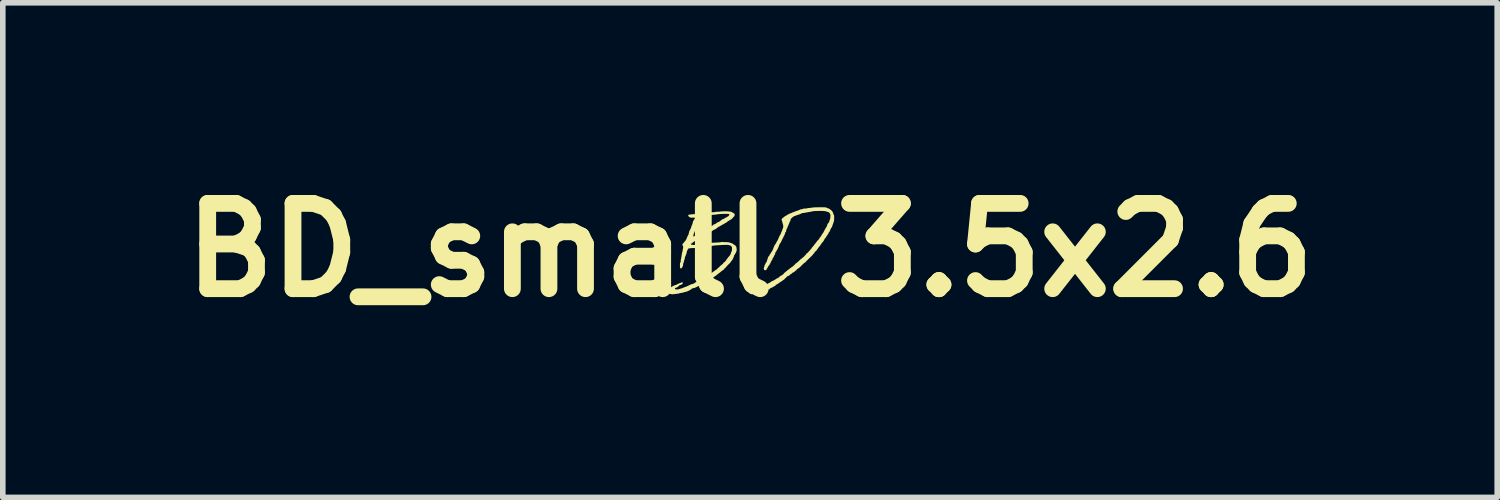
<source format=kicad_pcb>
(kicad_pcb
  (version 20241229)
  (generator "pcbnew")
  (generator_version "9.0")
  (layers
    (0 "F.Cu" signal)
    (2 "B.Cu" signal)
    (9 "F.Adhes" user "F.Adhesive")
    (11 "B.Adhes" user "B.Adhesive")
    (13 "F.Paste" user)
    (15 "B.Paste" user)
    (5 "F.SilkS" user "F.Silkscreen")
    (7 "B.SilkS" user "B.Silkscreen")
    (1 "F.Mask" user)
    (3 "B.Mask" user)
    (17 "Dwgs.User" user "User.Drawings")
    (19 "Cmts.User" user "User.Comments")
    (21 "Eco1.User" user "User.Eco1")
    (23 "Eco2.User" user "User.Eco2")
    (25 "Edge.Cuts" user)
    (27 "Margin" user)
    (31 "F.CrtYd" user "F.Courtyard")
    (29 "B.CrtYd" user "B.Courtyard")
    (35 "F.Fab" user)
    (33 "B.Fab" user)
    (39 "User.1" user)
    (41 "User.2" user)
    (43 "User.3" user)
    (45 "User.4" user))
  (footprint "BD_small 3.5x2.6"
    (layer "F.Cu")
    (at 10.349 1.418)
    (property "Reference" "BD_small 3.5x2.6" (at 0 0 0) (layer "F.SilkS") (effects (font (size 1.524 1.524) (thickness 0.3))))
    (attr board_only exclude_from_pos_files exclude_from_bom)
    (fp_poly (pts (xy 0.674 -0.398) (xy 0.672 -0.396) (xy 0.669 -0.398) (xy 0.672 -0.4)) (stroke (width 0) (type solid)) (fill yes) (layer "F.SilkS"))
    (fp_poly (pts (xy 1.306 -0.765) (xy 1.326 -0.765) (xy 1.341 -0.764) (xy 1.351 -0.763) (xy 1.358 -0.762) (xy 1.363 -0.761) (xy 1.366 -0.758) (xy 1.366 -0.758) (xy 1.375 -0.753) (xy 1.388 -0.748) (xy 1.391 -0.748) (xy 1.405 -0.743) (xy 1.421 -0.734) (xy 1.436 -0.724) (xy 1.448 -0.714) (xy 1.45 -0.711) (xy 1.458 -0.704) (xy 1.462 -0.701) (xy 1.469 -0.695) (xy 1.47 -0.691) (xy 1.473 -0.683) (xy 1.478 -0.676) (xy 1.485 -0.665) (xy 1.486 -0.655) (xy 1.487 -0.646) (xy 1.489 -0.641) (xy 1.49 -0.641) (xy 1.493 -0.637) (xy 1.498 -0.629) (xy 1.499 -0.626) (xy 1.502 -0.615) (xy 1.503 -0.6) (xy 1.503 -0.581) (xy 1.503 -0.561) (xy 1.502 -0.541) (xy 1.5 -0.524) (xy 1.498 -0.511) (xy 1.495 -0.505) (xy 1.491 -0.497) (xy 1.49 -0.492) (xy 1.488 -0.483) (xy 1.484 -0.471) (xy 1.482 -0.467) (xy 1.477 -0.453) (xy 1.471 -0.437) (xy 1.469 -0.43) (xy 1.466 -0.418) (xy 1.463 -0.41) (xy 1.461 -0.408) (xy 1.457 -0.405) (xy 1.451 -0.396) (xy 1.444 -0.385) (xy 1.438 -0.372) (xy 1.433 -0.362) (xy 1.432 -0.355) (xy 1.43 -0.346) (xy 1.428 -0.341) (xy 1.416 -0.327) (xy 1.409 -0.317) (xy 1.405 -0.309) (xy 1.402 -0.303) (xy 1.402 -0.302) (xy 1.398 -0.292) (xy 1.39 -0.28) (xy 1.388 -0.277) (xy 1.38 -0.268) (xy 1.376 -0.26) (xy 1.376 -0.258) (xy 1.374 -0.254) (xy 1.372 -0.253) (xy 1.368 -0.25) (xy 1.364 -0.242) (xy 1.364 -0.241) (xy 1.357 -0.229) (xy 1.348 -0.218) (xy 1.348 -0.217) (xy 1.34 -0.209) (xy 1.333 -0.2) (xy 1.327 -0.188) (xy 1.318 -0.172) (xy 1.317 -0.169) (xy 1.308 -0.155) (xy 1.298 -0.142) (xy 1.292 -0.137) (xy 1.284 -0.128) (xy 1.279 -0.122) (xy 1.278 -0.12) (xy 1.275 -0.114) (xy 1.269 -0.105) (xy 1.268 -0.104) (xy 1.261 -0.095) (xy 1.257 -0.088) (xy 1.257 -0.087) (xy 1.254 -0.081) (xy 1.248 -0.075) (xy 1.24 -0.067) (xy 1.231 -0.056) (xy 1.228 -0.051) (xy 1.219 -0.039) (xy 1.209 -0.024) (xy 1.198 -0.009) (xy 1.198 -0.008) (xy 1.188 0.004) (xy 1.18 0.014) (xy 1.175 0.018) (xy 1.175 0.018) (xy 1.169 0.021) (xy 1.163 0.029) (xy 1.162 0.031) (xy 1.152 0.044) (xy 1.14 0.06) (xy 1.126 0.077) (xy 1.114 0.092) (xy 1.111 0.095) (xy 1.105 0.101) (xy 1.098 0.108) (xy 1.088 0.118) (xy 1.074 0.131) (xy 1.056 0.148) (xy 1.047 0.158) (xy 1.04 0.163) (xy 1.035 0.164) (xy 1.035 0.164) (xy 1.033 0.166) (xy 1.033 0.171) (xy 1.03 0.178) (xy 1.025 0.18) (xy 1.018 0.182) (xy 1.016 0.185) (xy 1.013 0.191) (xy 1.006 0.198) (xy 0.999 0.204) (xy 0.996 0.21) (xy 0.993 0.216) (xy 0.991 0.216) (xy 0.984 0.219) (xy 0.978 0.224) (xy 0.97 0.231) (xy 0.965 0.233) (xy 0.96 0.235) (xy 0.959 0.237) (xy 0.956 0.242) (xy 0.949 0.25) (xy 0.941 0.257) (xy 0.933 0.261) (xy 0.932 0.261) (xy 0.928 0.263) (xy 0.928 0.264) (xy 0.925 0.27) (xy 0.918 0.279) (xy 0.907 0.29) (xy 0.893 0.303) (xy 0.879 0.315) (xy 0.864 0.326) (xy 0.852 0.335) (xy 0.842 0.34) (xy 0.839 0.341) (xy 0.835 0.344) (xy 0.834 0.35) (xy 0.831 0.357) (xy 0.827 0.359) (xy 0.822 0.362) (xy 0.813 0.369) (xy 0.804 0.377) (xy 0.792 0.387) (xy 0.78 0.395) (xy 0.773 0.398) (xy 0.764 0.402) (xy 0.753 0.411) (xy 0.748 0.416) (xy 0.738 0.425) (xy 0.728 0.43) (xy 0.725 0.431) (xy 0.718 0.433) (xy 0.716 0.439) (xy 0.713 0.446) (xy 0.707 0.448) (xy 0.699 0.452) (xy 0.695 0.455) (xy 0.69 0.46) (xy 0.682 0.461) (xy 0.676 0.463) (xy 0.668 0.468) (xy 0.656 0.478) (xy 0.641 0.493) (xy 0.636 0.498) (xy 0.622 0.512) (xy 0.611 0.523) (xy 0.604 0.53) (xy 0.6 0.532) (xy 0.6 0.532) (xy 0.598 0.531) (xy 0.597 0.533) (xy 0.592 0.537) (xy 0.582 0.544) (xy 0.575 0.549) (xy 0.564 0.556) (xy 0.557 0.561) (xy 0.555 0.564) (xy 0.552 0.567) (xy 0.547 0.567) (xy 0.54 0.57) (xy 0.539 0.574) (xy 0.536 0.579) (xy 0.532 0.578) (xy 0.525 0.58) (xy 0.515 0.588) (xy 0.511 0.592) (xy 0.499 0.603) (xy 0.491 0.607) (xy 0.489 0.607) (xy 0.481 0.608) (xy 0.476 0.613) (xy 0.471 0.619) (xy 0.467 0.62) (xy 0.461 0.623) (xy 0.455 0.629) (xy 0.451 0.635) (xy 0.452 0.638) (xy 0.451 0.64) (xy 0.445 0.641) (xy 0.436 0.643) (xy 0.425 0.65) (xy 0.424 0.651) (xy 0.415 0.658) (xy 0.407 0.661) (xy 0.406 0.661) (xy 0.4 0.664) (xy 0.396 0.667) (xy 0.388 0.672) (xy 0.381 0.673) (xy 0.373 0.675) (xy 0.369 0.678) (xy 0.364 0.682) (xy 0.357 0.686) (xy 0.35 0.691) (xy 0.35 0.696) (xy 0.35 0.701) (xy 0.346 0.701) (xy 0.34 0.7) (xy 0.329 0.7) (xy 0.323 0.704) (xy 0.322 0.705) (xy 0.315 0.711) (xy 0.303 0.717) (xy 0.296 0.72) (xy 0.283 0.725) (xy 0.271 0.73) (xy 0.267 0.733) (xy 0.258 0.737) (xy 0.245 0.741) (xy 0.245 0.741) (xy 0.233 0.744) (xy 0.219 0.749) (xy 0.208 0.754) (xy 0.201 0.758) (xy 0.2 0.759) (xy 0.196 0.761) (xy 0.185 0.764) (xy 0.171 0.767) (xy 0.154 0.77) (xy 0.138 0.773) (xy 0.124 0.776) (xy 0.116 0.777) (xy 0.107 0.779) (xy 0.103 0.781) (xy 0.096 0.783) (xy 0.084 0.784) (xy 0.07 0.784) (xy 0.056 0.784) (xy 0.046 0.783) (xy 0.042 0.782) (xy 0.037 0.783) (xy 0.035 0.786) (xy 0.031 0.791) (xy 0.026 0.791) (xy 0.024 0.785) (xy 0.023 0.781) (xy 0.019 0.783) (xy 0.012 0.784) (xy 0.002 0.78) (xy -0.009 0.773) (xy -0.019 0.762) (xy -0.025 0.754) (xy -0.032 0.737) (xy -0.032 0.722) (xy -0.025 0.711) (xy -0.01 0.702) (xy 0.012 0.696) (xy 0.037 0.692) (xy 0.051 0.69) (xy 0.064 0.687) (xy 0.069 0.686) (xy 0.086 0.681) (xy 0.1 0.678) (xy 0.11 0.677) (xy 0.11 0.677) (xy 0.118 0.677) (xy 0.13 0.674) (xy 0.141 0.67) (xy 0.149 0.665) (xy 0.151 0.662) (xy 0.153 0.658) (xy 0.154 0.659) (xy 0.16 0.659) (xy 0.171 0.657) (xy 0.184 0.654) (xy 0.196 0.65) (xy 0.204 0.646) (xy 0.206 0.645) (xy 0.212 0.643) (xy 0.224 0.64) (xy 0.234 0.638) (xy 0.249 0.636) (xy 0.256 0.632) (xy 0.257 0.63) (xy 0.261 0.626) (xy 0.269 0.623) (xy 0.27 0.622) (xy 0.282 0.619) (xy 0.29 0.614) (xy 0.298 0.608) (xy 0.306 0.604) (xy 0.316 0.6) (xy 0.323 0.596) (xy 0.331 0.592) (xy 0.339 0.588) (xy 0.36 0.577) (xy 0.374 0.569) (xy 0.38 0.562) (xy 0.386 0.557) (xy 0.397 0.553) (xy 0.397 0.553) (xy 0.408 0.549) (xy 0.422 0.542) (xy 0.432 0.536) (xy 0.444 0.529) (xy 0.453 0.524) (xy 0.457 0.522) (xy 0.461 0.519) (xy 0.463 0.516) (xy 0.468 0.511) (xy 0.473 0.51) (xy 0.482 0.507) (xy 0.489 0.503) (xy 0.498 0.496) (xy 0.507 0.492) (xy 0.518 0.487) (xy 0.522 0.48) (xy 0.529 0.472) (xy 0.541 0.464) (xy 0.552 0.458) (xy 0.573 0.446) (xy 0.589 0.434) (xy 0.602 0.421) (xy 0.608 0.413) (xy 0.615 0.405) (xy 0.621 0.4) (xy 0.622 0.4) (xy 0.627 0.397) (xy 0.635 0.39) (xy 0.637 0.388) (xy 0.645 0.38) (xy 0.651 0.376) (xy 0.652 0.376) (xy 0.658 0.372) (xy 0.661 0.367) (xy 0.667 0.361) (xy 0.672 0.359) (xy 0.678 0.356) (xy 0.682 0.351) (xy 0.688 0.345) (xy 0.692 0.343) (xy 0.697 0.341) (xy 0.698 0.339) (xy 0.701 0.335) (xy 0.703 0.335) (xy 0.709 0.332) (xy 0.716 0.325) (xy 0.725 0.318) (xy 0.737 0.309) (xy 0.745 0.304) (xy 0.758 0.296) (xy 0.768 0.288) (xy 0.773 0.283) (xy 0.781 0.275) (xy 0.788 0.271) (xy 0.794 0.268) (xy 0.794 0.266) (xy 0.796 0.261) (xy 0.802 0.254) (xy 0.811 0.245) (xy 0.821 0.236) (xy 0.829 0.231) (xy 0.843 0.221) (xy 0.858 0.208) (xy 0.872 0.195) (xy 0.883 0.184) (xy 0.886 0.181) (xy 0.893 0.172) (xy 0.898 0.168) (xy 0.899 0.167) (xy 0.905 0.165) (xy 0.912 0.159) (xy 0.928 0.145) (xy 0.94 0.135) (xy 0.948 0.128) (xy 0.954 0.124) (xy 0.959 0.122) (xy 0.965 0.118) (xy 0.966 0.115) (xy 0.967 0.11) (xy 0.974 0.103) (xy 0.98 0.098) (xy 0.992 0.087) (xy 1.002 0.074) (xy 1.005 0.069) (xy 1.011 0.06) (xy 1.016 0.055) (xy 1.017 0.055) (xy 1.022 0.054) (xy 1.029 0.048) (xy 1.038 0.04) (xy 1.046 0.03) (xy 1.049 0.025) (xy 1.055 0.018) (xy 1.059 0.016) (xy 1.064 0.013) (xy 1.067 0.006) (xy 1.071 -0.002) (xy 1.076 -0.004) (xy 1.081 -0.007) (xy 1.082 -0.012) (xy 1.085 -0.019) (xy 1.09 -0.022) (xy 1.097 -0.027) (xy 1.098 -0.03) (xy 1.101 -0.036) (xy 1.107 -0.045) (xy 1.109 -0.048) (xy 1.121 -0.061) (xy 1.133 -0.075) (xy 1.143 -0.087) (xy 1.149 -0.096) (xy 1.151 -0.1) (xy 1.153 -0.103) (xy 1.157 -0.108) (xy 1.163 -0.116) (xy 1.174 -0.127) (xy 1.177 -0.131) (xy 1.184 -0.139) (xy 1.188 -0.146) (xy 1.188 -0.147) (xy 1.191 -0.152) (xy 1.198 -0.161) (xy 1.208 -0.171) (xy 1.209 -0.172) (xy 1.223 -0.187) (xy 1.233 -0.198) (xy 1.24 -0.209) (xy 1.245 -0.221) (xy 1.25 -0.229) (xy 1.256 -0.233) (xy 1.261 -0.236) (xy 1.264 -0.243) (xy 1.269 -0.253) (xy 1.274 -0.26) (xy 1.28 -0.268) (xy 1.282 -0.274) (xy 1.285 -0.282) (xy 1.29 -0.286) (xy 1.297 -0.292) (xy 1.298 -0.298) (xy 1.301 -0.306) (xy 1.306 -0.31) (xy 1.313 -0.317) (xy 1.314 -0.322) (xy 1.317 -0.329) (xy 1.322 -0.34) (xy 1.325 -0.344) (xy 1.331 -0.354) (xy 1.335 -0.363) (xy 1.335 -0.365) (xy 1.338 -0.371) (xy 1.341 -0.373) (xy 1.345 -0.378) (xy 1.349 -0.387) (xy 1.349 -0.387) (xy 1.354 -0.399) (xy 1.362 -0.41) (xy 1.364 -0.412) (xy 1.372 -0.423) (xy 1.376 -0.433) (xy 1.376 -0.434) (xy 1.377 -0.446) (xy 1.38 -0.455) (xy 1.383 -0.462) (xy 1.387 -0.469) (xy 1.394 -0.478) (xy 1.405 -0.49) (xy 1.414 -0.506) (xy 1.418 -0.521) (xy 1.421 -0.534) (xy 1.424 -0.543) (xy 1.426 -0.546) (xy 1.428 -0.55) (xy 1.43 -0.555) (xy 1.432 -0.564) (xy 1.433 -0.576) (xy 1.435 -0.596) (xy 1.435 -0.6) (xy 1.437 -0.617) (xy 1.436 -0.628) (xy 1.434 -0.638) (xy 1.428 -0.648) (xy 1.426 -0.653) (xy 1.418 -0.666) (xy 1.41 -0.674) (xy 1.406 -0.677) (xy 1.395 -0.679) (xy 1.39 -0.681) (xy 1.375 -0.687) (xy 1.36 -0.691) (xy 1.344 -0.695) (xy 1.325 -0.697) (xy 1.301 -0.699) (xy 1.272 -0.7) (xy 1.266 -0.7) (xy 1.237 -0.7) (xy 1.214 -0.7) (xy 1.198 -0.7) (xy 1.188 -0.699) (xy 1.186 -0.698) (xy 1.178 -0.696) (xy 1.169 -0.698) (xy 1.159 -0.7) (xy 1.154 -0.699) (xy 1.154 -0.699) (xy 1.149 -0.698) (xy 1.139 -0.695) (xy 1.128 -0.694) (xy 1.11 -0.691) (xy 1.092 -0.688) (xy 1.084 -0.686) (xy 1.07 -0.683) (xy 1.052 -0.68) (xy 1.032 -0.677) (xy 1.027 -0.676) (xy 1.007 -0.672) (xy 0.988 -0.669) (xy 0.973 -0.666) (xy 0.97 -0.665) (xy 0.958 -0.663) (xy 0.949 -0.663) (xy 0.947 -0.663) (xy 0.941 -0.663) (xy 0.931 -0.66) (xy 0.922 -0.656) (xy 0.899 -0.645) (xy 0.882 -0.638) (xy 0.871 -0.635) (xy 0.87 -0.634) (xy 0.86 -0.632) (xy 0.847 -0.627) (xy 0.832 -0.622) (xy 0.819 -0.617) (xy 0.812 -0.614) (xy 0.802 -0.61) (xy 0.788 -0.605) (xy 0.786 -0.604) (xy 0.773 -0.597) (xy 0.758 -0.585) (xy 0.746 -0.574) (xy 0.734 -0.562) (xy 0.727 -0.553) (xy 0.724 -0.546) (xy 0.724 -0.54) (xy 0.724 -0.538) (xy 0.725 -0.53) (xy 0.722 -0.527) (xy 0.719 -0.523) (xy 0.718 -0.521) (xy 0.716 -0.514) (xy 0.71 -0.507) (xy 0.704 -0.497) (xy 0.704 -0.49) (xy 0.705 -0.483) (xy 0.703 -0.482) (xy 0.699 -0.478) (xy 0.695 -0.47) (xy 0.692 -0.46) (xy 0.686 -0.447) (xy 0.683 -0.441) (xy 0.678 -0.43) (xy 0.674 -0.421) (xy 0.674 -0.418) (xy 0.672 -0.411) (xy 0.667 -0.401) (xy 0.665 -0.399) (xy 0.66 -0.388) (xy 0.657 -0.378) (xy 0.657 -0.377) (xy 0.655 -0.369) (xy 0.652 -0.367) (xy 0.647 -0.364) (xy 0.646 -0.358) (xy 0.645 -0.342) (xy 0.644 -0.331) (xy 0.641 -0.326) (xy 0.636 -0.324) (xy 0.636 -0.323) (xy 0.63 -0.318) (xy 0.629 -0.312) (xy 0.627 -0.301) (xy 0.625 -0.295) (xy 0.621 -0.287) (xy 0.617 -0.275) (xy 0.614 -0.268) (xy 0.61 -0.257) (xy 0.606 -0.25) (xy 0.604 -0.249) (xy 0.6 -0.246) (xy 0.6 -0.243) (xy 0.598 -0.235) (xy 0.594 -0.225) (xy 0.589 -0.216) (xy 0.585 -0.209) (xy 0.583 -0.208) (xy 0.58 -0.205) (xy 0.58 -0.201) (xy 0.577 -0.192) (xy 0.574 -0.188) (xy 0.569 -0.181) (xy 0.566 -0.171) (xy 0.561 -0.158) (xy 0.555 -0.148) (xy 0.549 -0.139) (xy 0.547 -0.132) (xy 0.547 -0.132) (xy 0.544 -0.126) (xy 0.537 -0.119) (xy 0.537 -0.119) (xy 0.53 -0.111) (xy 0.527 -0.103) (xy 0.525 -0.095) (xy 0.523 -0.092) (xy 0.52 -0.087) (xy 0.516 -0.077) (xy 0.515 -0.071) (xy 0.51 -0.057) (xy 0.504 -0.045) (xy 0.502 -0.042) (xy 0.496 -0.031) (xy 0.494 -0.022) (xy 0.491 -0.012) (xy 0.486 -0.007) (xy 0.479 -0.002) (xy 0.478 0.002) (xy 0.475 0.011) (xy 0.469 0.023) (xy 0.462 0.034) (xy 0.457 0.039) (xy 0.451 0.048) (xy 0.449 0.058) (xy 0.448 0.069) (xy 0.444 0.079) (xy 0.44 0.087) (xy 0.436 0.09) (xy 0.433 0.093) (xy 0.43 0.102) (xy 0.429 0.106) (xy 0.423 0.119) (xy 0.415 0.133) (xy 0.412 0.137) (xy 0.405 0.148) (xy 0.401 0.158) (xy 0.4 0.162) (xy 0.397 0.172) (xy 0.393 0.178) (xy 0.386 0.187) (xy 0.379 0.199) (xy 0.378 0.202) (xy 0.366 0.227) (xy 0.356 0.247) (xy 0.346 0.263) (xy 0.335 0.278) (xy 0.325 0.291) (xy 0.319 0.3) (xy 0.316 0.31) (xy 0.312 0.32) (xy 0.306 0.325) (xy 0.299 0.33) (xy 0.298 0.339) (xy 0.295 0.349) (xy 0.286 0.356) (xy 0.274 0.36) (xy 0.262 0.358) (xy 0.251 0.351) (xy 0.251 0.351) (xy 0.247 0.341) (xy 0.246 0.326) (xy 0.249 0.309) (xy 0.255 0.295) (xy 0.259 0.285) (xy 0.259 0.278) (xy 0.259 0.277) (xy 0.26 0.272) (xy 0.264 0.263) (xy 0.265 0.262) (xy 0.272 0.251) (xy 0.278 0.237) (xy 0.279 0.236) (xy 0.284 0.225) (xy 0.29 0.219) (xy 0.291 0.218) (xy 0.296 0.213) (xy 0.299 0.203) (xy 0.3 0.199) (xy 0.303 0.185) (xy 0.308 0.174) (xy 0.309 0.173) (xy 0.313 0.162) (xy 0.314 0.155) (xy 0.317 0.142) (xy 0.323 0.127) (xy 0.332 0.112) (xy 0.342 0.1) (xy 0.344 0.099) (xy 0.35 0.091) (xy 0.351 0.084) (xy 0.354 0.075) (xy 0.359 0.071) (xy 0.366 0.066) (xy 0.367 0.062) (xy 0.37 0.054) (xy 0.376 0.044) (xy 0.38 0.038) (xy 0.392 0.021) (xy 0.404 -0.001) (xy 0.414 -0.025) (xy 0.421 -0.045) (xy 0.425 -0.057) (xy 0.43 -0.066) (xy 0.432 -0.069) (xy 0.436 -0.077) (xy 0.437 -0.08) (xy 0.439 -0.087) (xy 0.445 -0.097) (xy 0.45 -0.103) (xy 0.464 -0.122) (xy 0.472 -0.137) (xy 0.474 -0.145) (xy 0.476 -0.152) (xy 0.483 -0.161) (xy 0.486 -0.164) (xy 0.493 -0.174) (xy 0.498 -0.183) (xy 0.498 -0.186) (xy 0.5 -0.195) (xy 0.504 -0.2) (xy 0.508 -0.206) (xy 0.512 -0.218) (xy 0.514 -0.224) (xy 0.518 -0.236) (xy 0.523 -0.245) (xy 0.525 -0.247) (xy 0.529 -0.252) (xy 0.531 -0.259) (xy 0.534 -0.269) (xy 0.538 -0.273) (xy 0.544 -0.28) (xy 0.549 -0.29) (xy 0.549 -0.291) (xy 0.552 -0.301) (xy 0.557 -0.314) (xy 0.562 -0.327) (xy 0.568 -0.338) (xy 0.572 -0.343) (xy 0.574 -0.348) (xy 0.576 -0.358) (xy 0.577 -0.363) (xy 0.579 -0.375) (xy 0.583 -0.384) (xy 0.585 -0.386) (xy 0.589 -0.392) (xy 0.592 -0.405) (xy 0.593 -0.42) (xy 0.593 -0.435) (xy 0.592 -0.448) (xy 0.59 -0.454) (xy 0.585 -0.466) (xy 0.583 -0.476) (xy 0.579 -0.495) (xy 0.575 -0.508) (xy 0.572 -0.518) (xy 0.569 -0.525) (xy 0.565 -0.535) (xy 0.563 -0.543) (xy 0.563 -0.543) (xy 0.567 -0.554) (xy 0.575 -0.566) (xy 0.586 -0.577) (xy 0.593 -0.581) (xy 0.603 -0.586) (xy 0.608 -0.591) (xy 0.608 -0.592) (xy 0.611 -0.596) (xy 0.618 -0.601) (xy 0.628 -0.606) (xy 0.64 -0.613) (xy 0.644 -0.615) (xy 0.654 -0.622) (xy 0.66 -0.627) (xy 0.661 -0.629) (xy 0.664 -0.632) (xy 0.667 -0.631) (xy 0.674 -0.632) (xy 0.684 -0.638) (xy 0.687 -0.641) (xy 0.699 -0.649) (xy 0.71 -0.653) (xy 0.711 -0.653) (xy 0.72 -0.655) (xy 0.725 -0.657) (xy 0.73 -0.66) (xy 0.733 -0.66) (xy 0.739 -0.661) (xy 0.745 -0.666) (xy 0.754 -0.672) (xy 0.761 -0.673) (xy 0.769 -0.675) (xy 0.782 -0.68) (xy 0.796 -0.686) (xy 0.796 -0.686) (xy 0.812 -0.693) (xy 0.828 -0.699) (xy 0.839 -0.701) (xy 0.85 -0.704) (xy 0.858 -0.708) (xy 0.859 -0.709) (xy 0.865 -0.713) (xy 0.871 -0.714) (xy 0.881 -0.717) (xy 0.886 -0.72) (xy 0.892 -0.724) (xy 0.904 -0.727) (xy 0.914 -0.729) (xy 0.927 -0.731) (xy 0.938 -0.734) (xy 0.942 -0.736) (xy 0.952 -0.74) (xy 0.969 -0.742) (xy 0.992 -0.743) (xy 0.995 -0.743) (xy 1.008 -0.744) (xy 1.019 -0.746) (xy 1.021 -0.747) (xy 1.03 -0.75) (xy 1.043 -0.752) (xy 1.057 -0.753) (xy 1.076 -0.754) (xy 1.097 -0.757) (xy 1.108 -0.759) (xy 1.122 -0.761) (xy 1.144 -0.763) (xy 1.173 -0.764) (xy 1.21 -0.765) (xy 1.246 -0.765) (xy 1.279 -0.765)) (stroke (width 0) (type solid)) (fill yes) (layer "F.SilkS"))
    (fp_poly (pts (xy -0.421 -0.694) (xy -0.396 -0.692) (xy -0.373 -0.69) (xy -0.351 -0.687) (xy -0.335 -0.683) (xy -0.324 -0.679) (xy -0.323 -0.678) (xy -0.314 -0.672) (xy -0.301 -0.665) (xy -0.295 -0.661) (xy -0.281 -0.652) (xy -0.275 -0.643) (xy -0.274 -0.641) (xy -0.275 -0.626) (xy -0.279 -0.611) (xy -0.286 -0.599) (xy -0.292 -0.594) (xy -0.3 -0.586) (xy -0.309 -0.576) (xy -0.313 -0.571) (xy -0.323 -0.559) (xy -0.335 -0.55) (xy -0.339 -0.548) (xy -0.35 -0.543) (xy -0.359 -0.537) (xy -0.359 -0.537) (xy -0.366 -0.532) (xy -0.378 -0.525) (xy -0.387 -0.52) (xy -0.398 -0.514) (xy -0.405 -0.509) (xy -0.406 -0.506) (xy -0.408 -0.503) (xy -0.415 -0.498) (xy -0.416 -0.498) (xy -0.425 -0.493) (xy -0.43 -0.488) (xy -0.435 -0.484) (xy -0.441 -0.484) (xy -0.448 -0.484) (xy -0.449 -0.481) (xy -0.452 -0.476) (xy -0.461 -0.47) (xy -0.464 -0.468) (xy -0.485 -0.458) (xy -0.504 -0.448) (xy -0.519 -0.439) (xy -0.529 -0.432) (xy -0.53 -0.432) (xy -0.539 -0.426) (xy -0.548 -0.422) (xy -0.557 -0.419) (xy -0.562 -0.415) (xy -0.568 -0.41) (xy -0.577 -0.404) (xy -0.58 -0.402) (xy -0.59 -0.396) (xy -0.596 -0.39) (xy -0.597 -0.389) (xy -0.602 -0.385) (xy -0.612 -0.378) (xy -0.623 -0.372) (xy -0.635 -0.366) (xy -0.644 -0.362) (xy -0.649 -0.361) (xy -0.653 -0.36) (xy -0.661 -0.354) (xy -0.661 -0.353) (xy -0.669 -0.346) (xy -0.675 -0.343) (xy -0.676 -0.343) (xy -0.682 -0.34) (xy -0.688 -0.335) (xy -0.697 -0.328) (xy -0.705 -0.327) (xy -0.712 -0.325) (xy -0.714 -0.323) (xy -0.718 -0.319) (xy -0.726 -0.313) (xy -0.736 -0.309) (xy -0.744 -0.306) (xy -0.745 -0.306) (xy -0.752 -0.303) (xy -0.757 -0.298) (xy -0.764 -0.291) (xy -0.776 -0.286) (xy -0.781 -0.284) (xy -0.793 -0.279) (xy -0.809 -0.27) (xy -0.825 -0.261) (xy -0.826 -0.26) (xy -0.839 -0.251) (xy -0.85 -0.244) (xy -0.856 -0.241) (xy -0.857 -0.241) (xy -0.862 -0.238) (xy -0.87 -0.231) (xy -0.879 -0.223) (xy -0.886 -0.215) (xy -0.89 -0.209) (xy -0.89 -0.209) (xy -0.893 -0.205) (xy -0.898 -0.206) (xy -0.905 -0.207) (xy -0.906 -0.205) (xy -0.91 -0.201) (xy -0.919 -0.196) (xy -0.924 -0.194) (xy -0.938 -0.187) (xy -0.951 -0.178) (xy -0.954 -0.175) (xy -0.965 -0.166) (xy -0.976 -0.163) (xy -0.987 -0.161) (xy -0.996 -0.155) (xy -1.004 -0.149) (xy -1.008 -0.147) (xy -1.013 -0.144) (xy -1.02 -0.137) (xy -1.028 -0.131) (xy -1.038 -0.122) (xy -1.047 -0.116) (xy -1.051 -0.114) (xy -1.056 -0.112) (xy -1.057 -0.105) (xy -1.051 -0.098) (xy -1.051 -0.098) (xy -1.044 -0.094) (xy -1.037 -0.097) (xy -1.031 -0.099) (xy -1.027 -0.096) (xy -1.027 -0.096) (xy -1.024 -0.092) (xy -1.018 -0.091) (xy -1.006 -0.091) (xy -0.995 -0.092) (xy -0.975 -0.093) (xy -0.952 -0.095) (xy -0.937 -0.096) (xy -0.919 -0.098) (xy -0.903 -0.1) (xy -0.892 -0.103) (xy -0.87 -0.107) (xy -0.859 -0.106) (xy -0.846 -0.105) (xy -0.834 -0.106) (xy -0.833 -0.107) (xy -0.821 -0.109) (xy -0.808 -0.11) (xy -0.808 -0.11) (xy -0.797 -0.111) (xy -0.79 -0.114) (xy -0.79 -0.114) (xy -0.784 -0.116) (xy -0.772 -0.118) (xy -0.757 -0.12) (xy -0.749 -0.121) (xy -0.732 -0.122) (xy -0.719 -0.124) (xy -0.71 -0.126) (xy -0.708 -0.126) (xy -0.703 -0.128) (xy -0.691 -0.129) (xy -0.674 -0.131) (xy -0.654 -0.132) (xy -0.651 -0.132) (xy -0.615 -0.134) (xy -0.586 -0.136) (xy -0.564 -0.137) (xy -0.547 -0.138) (xy -0.535 -0.14) (xy -0.526 -0.141) (xy -0.521 -0.142) (xy -0.517 -0.143) (xy -0.508 -0.146) (xy -0.499 -0.145) (xy -0.49 -0.144) (xy -0.476 -0.143) (xy -0.457 -0.143) (xy -0.437 -0.142) (xy -0.437 -0.142) (xy -0.416 -0.142) (xy -0.398 -0.141) (xy -0.384 -0.139) (xy -0.376 -0.138) (xy -0.376 -0.138) (xy -0.363 -0.134) (xy -0.355 -0.132) (xy -0.346 -0.129) (xy -0.341 -0.127) (xy -0.334 -0.124) (xy -0.324 -0.121) (xy -0.312 -0.116) (xy -0.304 -0.11) (xy -0.294 -0.102) (xy -0.284 -0.096) (xy -0.266 -0.085) (xy -0.252 -0.069) (xy -0.243 -0.051) (xy -0.243 -0.048) (xy -0.241 -0.033) (xy -0.239 -0.017) (xy -0.239 -0.002) (xy -0.239 0.009) (xy -0.241 0.016) (xy -0.241 0.016) (xy -0.244 0.02) (xy -0.247 0.029) (xy -0.247 0.032) (xy -0.253 0.047) (xy -0.262 0.06) (xy -0.268 0.069) (xy -0.271 0.077) (xy -0.271 0.079) (xy -0.273 0.084) (xy -0.278 0.087) (xy -0.284 0.091) (xy -0.284 0.098) (xy -0.285 0.105) (xy -0.289 0.117) (xy -0.295 0.131) (xy -0.302 0.147) (xy -0.31 0.163) (xy -0.317 0.176) (xy -0.323 0.185) (xy -0.327 0.188) (xy -0.331 0.191) (xy -0.333 0.195) (xy -0.338 0.203) (xy -0.346 0.214) (xy -0.356 0.227) (xy -0.367 0.239) (xy -0.375 0.247) (xy -0.377 0.249) (xy -0.389 0.259) (xy -0.404 0.275) (xy -0.422 0.296) (xy -0.423 0.297) (xy -0.431 0.308) (xy -0.439 0.316) (xy -0.442 0.318) (xy -0.448 0.321) (xy -0.456 0.329) (xy -0.462 0.337) (xy -0.465 0.344) (xy -0.465 0.345) (xy -0.469 0.35) (xy -0.472 0.351) (xy -0.479 0.354) (xy -0.486 0.359) (xy -0.493 0.365) (xy -0.497 0.367) (xy -0.502 0.37) (xy -0.51 0.377) (xy -0.522 0.386) (xy -0.523 0.388) (xy -0.535 0.398) (xy -0.544 0.405) (xy -0.549 0.408) (xy -0.55 0.408) (xy -0.554 0.411) (xy -0.562 0.418) (xy -0.565 0.42) (xy -0.573 0.428) (xy -0.58 0.432) (xy -0.582 0.433) (xy -0.588 0.436) (xy -0.592 0.44) (xy -0.597 0.447) (xy -0.607 0.455) (xy -0.617 0.461) (xy -0.633 0.472) (xy -0.65 0.484) (xy -0.66 0.493) (xy -0.675 0.504) (xy -0.691 0.514) (xy -0.706 0.521) (xy -0.714 0.524) (xy -0.721 0.528) (xy -0.729 0.534) (xy -0.734 0.539) (xy -0.735 0.541) (xy -0.738 0.546) (xy -0.742 0.548) (xy -0.747 0.55) (xy -0.753 0.554) (xy -0.762 0.559) (xy -0.776 0.568) (xy -0.776 0.568) (xy -0.786 0.573) (xy -0.794 0.576) (xy -0.801 0.578) (xy -0.811 0.584) (xy -0.818 0.59) (xy -0.828 0.598) (xy -0.836 0.603) (xy -0.839 0.604) (xy -0.845 0.606) (xy -0.856 0.61) (xy -0.87 0.617) (xy -0.874 0.619) (xy -0.891 0.627) (xy -0.906 0.634) (xy -0.917 0.64) (xy -0.919 0.64) (xy -0.93 0.646) (xy -0.938 0.651) (xy -0.939 0.651) (xy -0.948 0.656) (xy -0.961 0.662) (xy -0.976 0.669) (xy -0.99 0.674) (xy -1.001 0.677) (xy -1.005 0.678) (xy -1.014 0.679) (xy -1.026 0.684) (xy -1.038 0.689) (xy -1.048 0.695) (xy -1.053 0.7) (xy -1.053 0.701) (xy -1.056 0.706) (xy -1.058 0.706) (xy -1.064 0.708) (xy -1.075 0.714) (xy -1.088 0.721) (xy -1.09 0.722) (xy -1.104 0.73) (xy -1.118 0.736) (xy -1.127 0.739) (xy -1.128 0.739) (xy -1.136 0.74) (xy -1.137 0.744) (xy -1.137 0.747) (xy -1.143 0.746) (xy -1.154 0.745) (xy -1.163 0.748) (xy -1.178 0.753) (xy -1.195 0.758) (xy -1.214 0.762) (xy -1.231 0.766) (xy -1.243 0.767) (xy -1.244 0.767) (xy -1.254 0.768) (xy -1.259 0.771) (xy -1.259 0.771) (xy -1.264 0.773) (xy -1.274 0.776) (xy -1.281 0.777) (xy -1.296 0.779) (xy -1.314 0.781) (xy -1.327 0.783) (xy -1.36 0.787) (xy -1.385 0.789) (xy -1.404 0.788) (xy -1.406 0.788) (xy -1.416 0.785) (xy -1.431 0.782) (xy -1.448 0.779) (xy -1.451 0.778) (xy -1.478 0.77) (xy -1.501 0.759) (xy -1.503 0.758) (xy -1.514 0.75) (xy -1.52 0.744) (xy -1.522 0.739) (xy -1.521 0.733) (xy -1.516 0.719) (xy -1.507 0.707) (xy -1.497 0.697) (xy -1.488 0.694) (xy -1.488 0.694) (xy -1.48 0.693) (xy -1.478 0.691) (xy -1.474 0.687) (xy -1.466 0.682) (xy -1.455 0.677) (xy -1.444 0.674) (xy -1.44 0.673) (xy -1.426 0.67) (xy -1.408 0.662) (xy -1.385 0.647) (xy -1.384 0.647) (xy -1.369 0.638) (xy -1.352 0.631) (xy -1.34 0.627) (xy -1.322 0.621) (xy -1.303 0.612) (xy -1.292 0.607) (xy -1.278 0.599) (xy -1.263 0.593) (xy -1.254 0.59) (xy -1.242 0.587) (xy -1.234 0.583) (xy -1.233 0.582) (xy -1.224 0.576) (xy -1.213 0.576) (xy -1.205 0.58) (xy -1.2 0.59) (xy -1.203 0.599) (xy -1.211 0.605) (xy -1.222 0.612) (xy -1.23 0.618) (xy -1.241 0.623) (xy -1.248 0.623) (xy -1.256 0.624) (xy -1.263 0.63) (xy -1.265 0.633) (xy -1.27 0.641) (xy -1.274 0.645) (xy -1.274 0.645) (xy -1.279 0.647) (xy -1.287 0.653) (xy -1.289 0.655) (xy -1.3 0.662) (xy -1.314 0.669) (xy -1.319 0.67) (xy -1.334 0.677) (xy -1.342 0.685) (xy -1.341 0.693) (xy -1.338 0.697) (xy -1.329 0.701) (xy -1.314 0.703) (xy -1.295 0.703) (xy -1.276 0.7) (xy -1.258 0.694) (xy -1.245 0.689) (xy -1.235 0.686) (xy -1.23 0.686) (xy -1.223 0.684) (xy -1.212 0.68) (xy -1.202 0.676) (xy -1.189 0.67) (xy -1.178 0.666) (xy -1.174 0.665) (xy -1.167 0.663) (xy -1.165 0.661) (xy -1.16 0.658) (xy -1.152 0.657) (xy -1.142 0.655) (xy -1.135 0.651) (xy -1.128 0.647) (xy -1.116 0.641) (xy -1.102 0.635) (xy -1.1 0.634) (xy -1.086 0.628) (xy -1.074 0.622) (xy -1.067 0.617) (xy -1.067 0.617) (xy -1.06 0.613) (xy -1.049 0.61) (xy -1.047 0.61) (xy -1.032 0.607) (xy -1.019 0.603) (xy -1.019 0.602) (xy -1.009 0.598) (xy -1.002 0.596) (xy -1.002 0.596) (xy -0.996 0.593) (xy -0.989 0.587) (xy -0.988 0.586) (xy -0.98 0.579) (xy -0.974 0.576) (xy -0.974 0.576) (xy -0.966 0.574) (xy -0.953 0.569) (xy -0.939 0.562) (xy -0.924 0.555) (xy -0.912 0.548) (xy -0.905 0.543) (xy -0.893 0.537) (xy -0.883 0.535) (xy -0.873 0.532) (xy -0.866 0.525) (xy -0.866 0.524) (xy -0.859 0.516) (xy -0.851 0.514) (xy -0.843 0.513) (xy -0.839 0.51) (xy -0.834 0.506) (xy -0.825 0.5) (xy -0.823 0.5) (xy -0.802 0.489) (xy -0.784 0.478) (xy -0.772 0.47) (xy -0.769 0.468) (xy -0.754 0.455) (xy -0.743 0.446) (xy -0.737 0.442) (xy -0.734 0.441) (xy -0.728 0.438) (xy -0.724 0.436) (xy -0.714 0.427) (xy -0.706 0.422) (xy -0.7 0.419) (xy -0.693 0.415) (xy -0.682 0.407) (xy -0.674 0.4) (xy -0.664 0.391) (xy -0.656 0.385) (xy -0.653 0.384) (xy -0.648 0.381) (xy -0.639 0.375) (xy -0.634 0.37) (xy -0.622 0.361) (xy -0.611 0.354) (xy -0.607 0.353) (xy -0.599 0.349) (xy -0.596 0.345) (xy -0.593 0.341) (xy -0.585 0.333) (xy -0.574 0.323) (xy -0.571 0.321) (xy -0.558 0.309) (xy -0.546 0.298) (xy -0.538 0.29) (xy -0.538 0.289) (xy -0.531 0.281) (xy -0.526 0.278) (xy -0.526 0.278) (xy -0.521 0.275) (xy -0.513 0.268) (xy -0.508 0.263) (xy -0.499 0.255) (xy -0.492 0.25) (xy -0.489 0.249) (xy -0.485 0.246) (xy -0.48 0.237) (xy -0.479 0.235) (xy -0.472 0.225) (xy -0.465 0.218) (xy -0.464 0.218) (xy -0.454 0.213) (xy -0.446 0.207) (xy -0.443 0.201) (xy -0.443 0.199) (xy -0.442 0.195) (xy -0.437 0.193) (xy -0.429 0.187) (xy -0.426 0.18) (xy -0.421 0.169) (xy -0.414 0.159) (xy -0.402 0.146) (xy -0.394 0.137) (xy -0.39 0.131) (xy -0.388 0.128) (xy -0.388 0.127) (xy -0.385 0.122) (xy -0.378 0.115) (xy -0.376 0.113) (xy -0.368 0.105) (xy -0.364 0.1) (xy -0.363 0.099) (xy -0.361 0.093) (xy -0.357 0.09) (xy -0.353 0.084) (xy -0.353 0.082) (xy -0.352 0.077) (xy -0.347 0.069) (xy -0.347 0.068) (xy -0.341 0.057) (xy -0.339 0.045) (xy -0.338 0.037) (xy -0.336 0.033) (xy -0.336 0.033) (xy -0.331 0.029) (xy -0.327 0.019) (xy -0.324 0.004) (xy -0.322 -0.013) (xy -0.322 -0.03) (xy -0.322 -0.032) (xy -0.323 -0.048) (xy -0.325 -0.058) (xy -0.327 -0.062) (xy -0.331 -0.064) (xy -0.338 -0.069) (xy -0.34 -0.073) (xy -0.345 -0.078) (xy -0.356 -0.084) (xy -0.372 -0.088) (xy -0.39 -0.092) (xy -0.408 -0.094) (xy -0.41 -0.094) (xy -0.42 -0.094) (xy -0.435 -0.094) (xy -0.457 -0.093) (xy -0.481 -0.092) (xy -0.508 -0.091) (xy -0.536 -0.089) (xy -0.562 -0.088) (xy -0.586 -0.086) (xy -0.607 -0.085) (xy -0.622 -0.084) (xy -0.625 -0.084) (xy -0.637 -0.082) (xy -0.653 -0.08) (xy -0.663 -0.078) (xy -0.68 -0.076) (xy -0.701 -0.074) (xy -0.721 -0.074) (xy -0.721 -0.074) (xy -0.74 -0.073) (xy -0.759 -0.07) (xy -0.772 -0.067) (xy -0.784 -0.062) (xy -0.795 -0.059) (xy -0.798 -0.059) (xy -0.807 -0.057) (xy -0.82 -0.055) (xy -0.827 -0.053) (xy -0.843 -0.051) (xy -0.862 -0.049) (xy -0.87 -0.049) (xy -0.883 -0.048) (xy -0.893 -0.047) (xy -0.896 -0.045) (xy -0.901 -0.043) (xy -0.912 -0.042) (xy -0.924 -0.041) (xy -0.938 -0.041) (xy -0.949 -0.041) (xy -0.953 -0.04) (xy -0.957 -0.04) (xy -0.965 -0.039) (xy -0.978 -0.038) (xy -0.997 -0.038) (xy -1.023 -0.036) (xy -1.037 -0.036) (xy -1.054 -0.035) (xy -1.069 -0.034) (xy -1.078 -0.032) (xy -1.08 -0.031) (xy -1.088 -0.03) (xy -1.091 -0.031) (xy -1.098 -0.03) (xy -1.103 -0.024) (xy -1.108 -0.015) (xy -1.113 -0.011) (xy -1.117 -0.005) (xy -1.119 0.002) (xy -1.121 0.011) (xy -1.125 0.016) (xy -1.129 0.024) (xy -1.131 0.035) (xy -1.131 0.036) (xy -1.133 0.05) (xy -1.137 0.065) (xy -1.139 0.068) (xy -1.144 0.08) (xy -1.147 0.089) (xy -1.147 0.091) (xy -1.149 0.097) (xy -1.154 0.107) (xy -1.155 0.109) (xy -1.161 0.122) (xy -1.164 0.135) (xy -1.164 0.136) (xy -1.165 0.147) (xy -1.169 0.162) (xy -1.172 0.171) (xy -1.177 0.187) (xy -1.181 0.201) (xy -1.182 0.208) (xy -1.185 0.22) (xy -1.189 0.228) (xy -1.189 0.228) (xy -1.192 0.236) (xy -1.195 0.248) (xy -1.196 0.259) (xy -1.197 0.274) (xy -1.2 0.285) (xy -1.202 0.289) (xy -1.207 0.297) (xy -1.208 0.301) (xy -1.211 0.308) (xy -1.218 0.316) (xy -1.22 0.319) (xy -1.229 0.326) (xy -1.235 0.328) (xy -1.242 0.325) (xy -1.246 0.323) (xy -1.249 0.32) (xy -1.251 0.314) (xy -1.251 0.312) (xy -1.237 0.312) (xy -1.235 0.314) (xy -1.233 0.312) (xy -1.235 0.31) (xy -1.237 0.312) (xy -1.251 0.312) (xy -1.252 0.305) (xy -1.252 0.29) (xy -1.252 0.273) (xy -1.251 0.252) (xy -1.251 0.238) (xy -1.249 0.229) (xy -1.247 0.222) (xy -1.244 0.217) (xy -1.241 0.215) (xy -1.235 0.207) (xy -1.235 0.201) (xy -1.237 0.198) (xy -1.24 0.19) (xy -1.238 0.179) (xy -1.233 0.162) (xy -1.229 0.14) (xy -1.225 0.119) (xy -1.223 0.104) (xy -1.219 0.075) (xy -1.215 0.054) (xy -1.212 0.041) (xy -1.21 0.037) (xy -1.208 0.03) (xy -1.205 0.017) (xy -1.204 0.006) (xy -1.201 -0.011) (xy -1.198 -0.029) (xy -1.196 -0.038) (xy -1.194 -0.051) (xy -1.194 -0.061) (xy -1.198 -0.072) (xy -1.2 -0.075) (xy -1.205 -0.087) (xy -1.208 -0.097) (xy -1.208 -0.099) (xy -1.206 -0.107) (xy -1.198 -0.117) (xy -1.188 -0.129) (xy -1.176 -0.141) (xy -1.175 -0.142) (xy -1.169 -0.149) (xy -1.168 -0.154) (xy -1.164 -0.159) (xy -1.162 -0.159) (xy -1.158 -0.163) (xy -1.152 -0.171) (xy -1.145 -0.182) (xy -1.139 -0.194) (xy -1.136 -0.203) (xy -1.135 -0.207) (xy -1.132 -0.212) (xy -1.131 -0.212) (xy -1.127 -0.216) (xy -1.127 -0.219) (xy -1.125 -0.226) (xy -1.121 -0.237) (xy -1.116 -0.248) (xy -1.112 -0.256) (xy -1.111 -0.257) (xy -1.105 -0.266) (xy -1.1 -0.277) (xy -1.098 -0.286) (xy -1.096 -0.296) (xy -1.092 -0.306) (xy -1.089 -0.317) (xy -1.089 -0.327) (xy -1.09 -0.333) (xy -1.087 -0.333) (xy -1.083 -0.334) (xy -1.082 -0.338) (xy -1.08 -0.346) (xy -1.075 -0.357) (xy -1.074 -0.359) (xy -1.062 -0.382) (xy -1.054 -0.398) (xy -1.05 -0.41) (xy -1.049 -0.416) (xy -1.047 -0.424) (xy -1.043 -0.436) (xy -1.037 -0.449) (xy -1.03 -0.466) (xy -1.025 -0.484) (xy -1.022 -0.496) (xy -1.02 -0.508) (xy -1.018 -0.516) (xy -1.016 -0.518) (xy -1.012 -0.522) (xy -1.008 -0.53) (xy -1.008 -0.53) (xy -1.003 -0.54) (xy -0.998 -0.545) (xy -0.993 -0.55) (xy -0.994 -0.556) (xy -0.996 -0.562) (xy -0.993 -0.562) (xy -0.992 -0.56) (xy -0.984 -0.557) (xy -0.973 -0.555) (xy -0.973 -0.555) (xy -0.96 -0.551) (xy -0.95 -0.541) (xy -0.943 -0.526) (xy -0.939 -0.507) (xy -0.939 -0.486) (xy -0.943 -0.463) (xy -0.947 -0.453) (xy -0.952 -0.438) (xy -0.955 -0.425) (xy -0.955 -0.418) (xy -0.957 -0.406) (xy -0.961 -0.398) (xy -0.966 -0.396) (xy -0.969 -0.392) (xy -0.97 -0.384) (xy -0.971 -0.381) (xy -0.973 -0.37) (xy -0.978 -0.355) (xy -0.986 -0.336) (xy -0.995 -0.316) (xy -1.004 -0.297) (xy -1.004 -0.297) (xy -1.008 -0.287) (xy -1.008 -0.28) (xy -1.01 -0.268) (xy -1.013 -0.259) (xy -1.016 -0.249) (xy -1.013 -0.245) (xy -1.003 -0.245) (xy -0.991 -0.25) (xy -0.98 -0.256) (xy -0.973 -0.261) (xy -0.972 -0.263) (xy -0.968 -0.268) (xy -0.961 -0.274) (xy -0.953 -0.279) (xy -0.949 -0.28) (xy -0.942 -0.281) (xy -0.932 -0.285) (xy -0.923 -0.29) (xy -0.919 -0.293) (xy -0.919 -0.294) (xy -0.915 -0.297) (xy -0.906 -0.301) (xy -0.904 -0.302) (xy -0.892 -0.308) (xy -0.878 -0.316) (xy -0.87 -0.321) (xy -0.858 -0.33) (xy -0.846 -0.337) (xy -0.841 -0.34) (xy -0.819 -0.35) (xy -0.804 -0.358) (xy -0.797 -0.364) (xy -0.79 -0.37) (xy -0.785 -0.371) (xy -0.777 -0.374) (xy -0.765 -0.382) (xy -0.752 -0.393) (xy -0.745 -0.399) (xy -0.736 -0.406) (xy -0.727 -0.408) (xy -0.718 -0.41) (xy -0.707 -0.416) (xy -0.699 -0.42) (xy -0.689 -0.427) (xy -0.681 -0.432) (xy -0.678 -0.433) (xy -0.674 -0.435) (xy -0.666 -0.442) (xy -0.664 -0.445) (xy -0.653 -0.454) (xy -0.639 -0.461) (xy -0.636 -0.462) (xy -0.618 -0.469) (xy -0.6 -0.481) (xy -0.587 -0.492) (xy -0.578 -0.497) (xy -0.572 -0.498) (xy -0.565 -0.5) (xy -0.563 -0.502) (xy -0.56 -0.505) (xy -0.557 -0.505) (xy -0.55 -0.505) (xy -0.548 -0.508) (xy -0.544 -0.514) (xy -0.541 -0.514) (xy -0.536 -0.517) (xy -0.527 -0.524) (xy -0.524 -0.527) (xy -0.514 -0.536) (xy -0.501 -0.545) (xy -0.488 -0.552) (xy -0.478 -0.555) (xy -0.477 -0.555) (xy -0.472 -0.557) (xy -0.462 -0.563) (xy -0.453 -0.569) (xy -0.441 -0.577) (xy -0.431 -0.582) (xy -0.426 -0.584) (xy -0.417 -0.586) (xy -0.408 -0.593) (xy -0.408 -0.593) (xy -0.399 -0.601) (xy -0.39 -0.605) (xy -0.39 -0.605) (xy -0.384 -0.608) (xy -0.382 -0.61) (xy -0.38 -0.616) (xy -0.375 -0.623) (xy -0.374 -0.624) (xy -0.369 -0.632) (xy -0.369 -0.638) (xy -0.37 -0.64) (xy -0.373 -0.643) (xy -0.377 -0.644) (xy -0.385 -0.646) (xy -0.397 -0.647) (xy -0.414 -0.647) (xy -0.439 -0.647) (xy -0.445 -0.647) (xy -0.479 -0.647) (xy -0.511 -0.646) (xy -0.539 -0.644) (xy -0.559 -0.642) (xy -0.616 -0.635) (xy -0.673 -0.629) (xy -0.723 -0.626) (xy -0.742 -0.624) (xy -0.758 -0.622) (xy -0.769 -0.621) (xy -0.774 -0.62) (xy -0.78 -0.618) (xy -0.792 -0.616) (xy -0.798 -0.615) (xy -0.812 -0.613) (xy -0.83 -0.61) (xy -0.85 -0.608) (xy -0.857 -0.606) (xy -0.877 -0.604) (xy -0.897 -0.601) (xy -0.913 -0.6) (xy -0.917 -0.6) (xy -0.93 -0.6) (xy -0.937 -0.598) (xy -0.939 -0.594) (xy -0.939 -0.593) (xy -0.941 -0.582) (xy -0.948 -0.576) (xy -0.96 -0.574) (xy -0.973 -0.576) (xy -0.995 -0.579) (xy -1.011 -0.581) (xy -1.023 -0.581) (xy -1.032 -0.579) (xy -1.034 -0.579) (xy -1.042 -0.578) (xy -1.047 -0.579) (xy -1.053 -0.581) (xy -1.062 -0.582) (xy -1.063 -0.582) (xy -1.076 -0.586) (xy -1.089 -0.595) (xy -1.1 -0.607) (xy -1.104 -0.617) (xy -1.105 -0.622) (xy -1.104 -0.626) (xy -1.1 -0.629) (xy -1.093 -0.632) (xy -1.081 -0.634) (xy -1.064 -0.636) (xy -1.039 -0.639) (xy -1.027 -0.64) (xy -1.01 -0.642) (xy -0.996 -0.643) (xy -0.987 -0.643) (xy -0.985 -0.643) (xy -0.98 -0.643) (xy -0.978 -0.645) (xy -0.972 -0.647) (xy -0.96 -0.648) (xy -0.944 -0.649) (xy -0.937 -0.649) (xy -0.919 -0.65) (xy -0.904 -0.652) (xy -0.894 -0.654) (xy -0.892 -0.655) (xy -0.885 -0.657) (xy -0.871 -0.659) (xy -0.854 -0.661) (xy -0.843 -0.662) (xy -0.825 -0.663) (xy -0.8 -0.665) (xy -0.773 -0.668) (xy -0.745 -0.67) (xy -0.731 -0.672) (xy -0.706 -0.674) (xy -0.682 -0.676) (xy -0.661 -0.677) (xy -0.645 -0.678) (xy -0.638 -0.678) (xy -0.626 -0.679) (xy -0.618 -0.681) (xy -0.616 -0.683) (xy -0.613 -0.684) (xy -0.602 -0.685) (xy -0.587 -0.685) (xy -0.583 -0.685) (xy -0.566 -0.685) (xy -0.551 -0.686) (xy -0.541 -0.687) (xy -0.54 -0.687) (xy -0.531 -0.689) (xy -0.517 -0.691) (xy -0.497 -0.692) (xy -0.47 -0.693) (xy -0.445 -0.694)) (stroke (width 0) (type solid)) (fill yes) (layer "F.SilkS")))
  (gr_rect
    (start -3 -3)
    (end 23.697 5.836)
    (stroke (width 0.1) (type default))
    (fill no)
    (layer "Edge.Cuts")))
</source>
